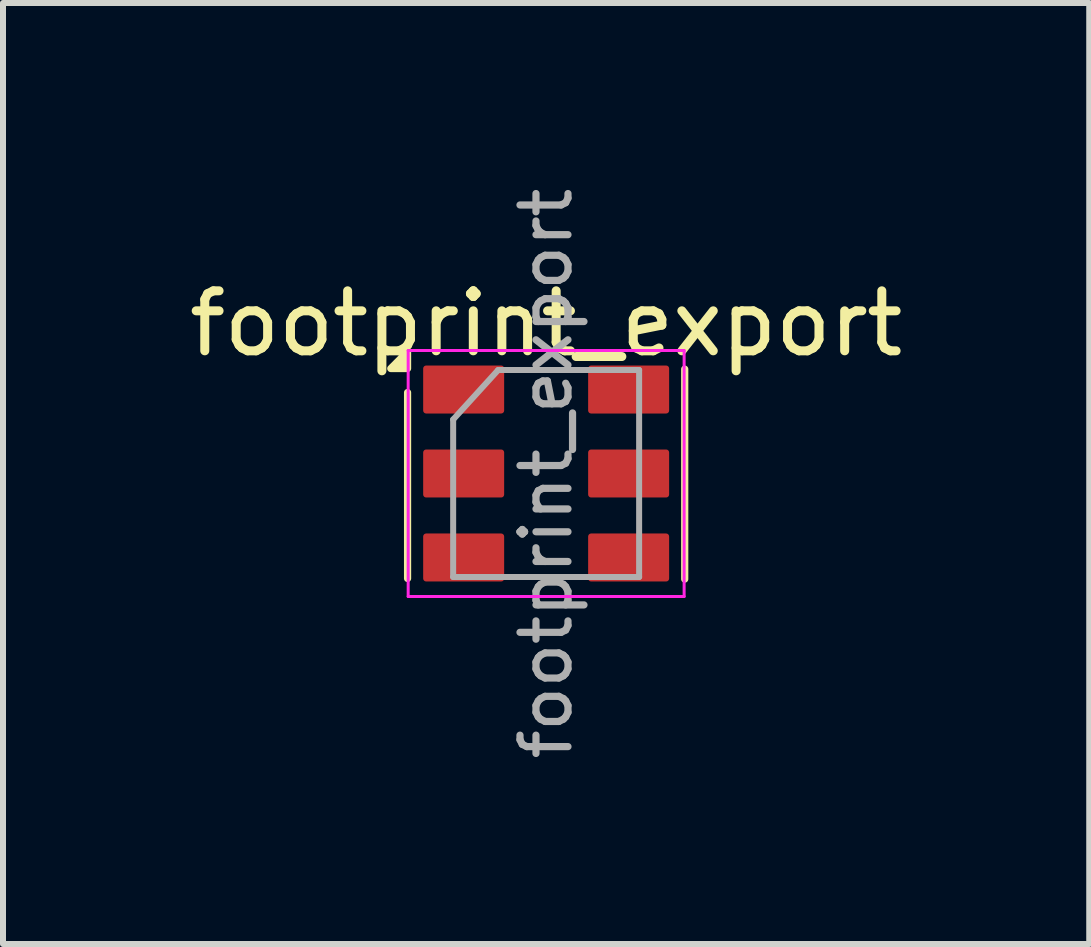
<source format=kicad_pcb>
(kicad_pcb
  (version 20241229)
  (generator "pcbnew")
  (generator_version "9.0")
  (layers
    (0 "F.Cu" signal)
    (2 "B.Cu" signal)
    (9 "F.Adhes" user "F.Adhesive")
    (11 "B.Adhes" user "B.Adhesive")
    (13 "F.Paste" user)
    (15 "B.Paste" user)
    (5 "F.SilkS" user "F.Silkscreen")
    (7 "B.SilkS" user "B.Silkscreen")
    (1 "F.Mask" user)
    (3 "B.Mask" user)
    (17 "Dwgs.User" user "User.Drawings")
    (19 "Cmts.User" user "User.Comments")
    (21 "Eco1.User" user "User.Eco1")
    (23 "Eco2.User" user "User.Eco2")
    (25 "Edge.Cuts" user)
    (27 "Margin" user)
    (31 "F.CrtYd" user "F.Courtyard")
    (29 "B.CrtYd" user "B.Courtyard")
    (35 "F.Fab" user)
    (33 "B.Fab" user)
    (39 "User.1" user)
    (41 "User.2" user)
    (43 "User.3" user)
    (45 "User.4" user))
  (footprint "footprint_export"
    (layer "F.Cu")
    (at 6.054 4.843)
    (property "Reference" "footprint_export" (at 0 -2.5 0) (layer "F.SilkS") (effects (font (size 1 1) (thickness 0.15))))
    (attr smd)
    (fp_line (start -2.31 1.75) (end -2.31 -1.35) (stroke (width 0.12) (type solid)) (layer "F.SilkS"))
    (fp_line (start 2.31 1.76) (end 2.31 -1.74) (stroke (width 0.12) (type solid)) (layer "F.SilkS"))
    (fp_poly (pts (xy -2.31 -1.75) (xy -2.59 -1.75) (xy -2.31 -2.03) (xy -2.31 -1.75)) (stroke (width 0.12) (type solid)) (fill yes) (layer "F.SilkS"))
    (fp_line (start -2.3 -2.05) (end -2.3 2.05) (stroke (width 0.05) (type solid)) (layer "F.CrtYd"))
    (fp_line (start -2.3 2.05) (end 2.3 2.05) (stroke (width 0.05) (type solid)) (layer "F.CrtYd"))
    (fp_line (start 2.3 -2.05) (end -2.3 -2.05) (stroke (width 0.05) (type solid)) (layer "F.CrtYd"))
    (fp_line (start 2.3 -2.05) (end 2.3 2.05) (stroke (width 0.05) (type solid)) (layer "F.CrtYd"))
    (fp_line (start -1.55 -0.9) (end -1.55 1.725) (stroke (width 0.1) (type solid)) (layer "F.Fab"))
    (fp_line (start -1.55 1.725) (end 1.55 1.725) (stroke (width 0.1) (type solid)) (layer "F.Fab"))
    (fp_line (start -0.8 -1.725) (end -1.55 -0.9) (stroke (width 0.1) (type solid)) (layer "F.Fab"))
    (fp_line (start 1.55 -1.725) (end -0.8 -1.725) (stroke (width 0.1) (type solid)) (layer "F.Fab"))
    (fp_line (start 1.55 -1.725) (end 1.55 1.725) (stroke (width 0.1) (type solid)) (layer "F.Fab"))
    (fp_text user "${REFERENCE}" (at 0 0 90) (layer "F.Fab") (effects (font (size 0.8 0.8) (thickness 0.12))))
    (pad "1" smd roundrect (at -1.375 -1.4) (size 1.35 0.8) (layers "F.Cu" "F.Mask" "F.Paste") (roundrect_rratio 0.062))
    (pad "2" smd roundrect (at -1.375 0) (size 1.35 0.8) (layers "F.Cu" "F.Mask" "F.Paste") (roundrect_rratio 0.062))
    (pad "3" smd roundrect (at -1.375 1.4) (size 1.35 0.8) (layers "F.Cu" "F.Mask" "F.Paste") (roundrect_rratio 0.062))
    (pad "4" smd roundrect (at 1.375 1.4) (size 1.35 0.8) (layers "F.Cu" "F.Mask" "F.Paste") (roundrect_rratio 0.062))
    (pad "5" smd roundrect (at 1.375 0) (size 1.35 0.8) (layers "F.Cu" "F.Mask" "F.Paste") (roundrect_rratio 0.062))
    (pad "6" smd roundrect (at 1.375 -1.4) (size 1.35 0.8) (layers "F.Cu" "F.Mask" "F.Paste") (roundrect_rratio 0.062)))
  (gr_rect
    (start -3 -3)
    (end 15.107 12.686)
    (stroke (width 0.1) (type default))
    (fill no)
    (layer "Edge.Cuts")))
</source>
